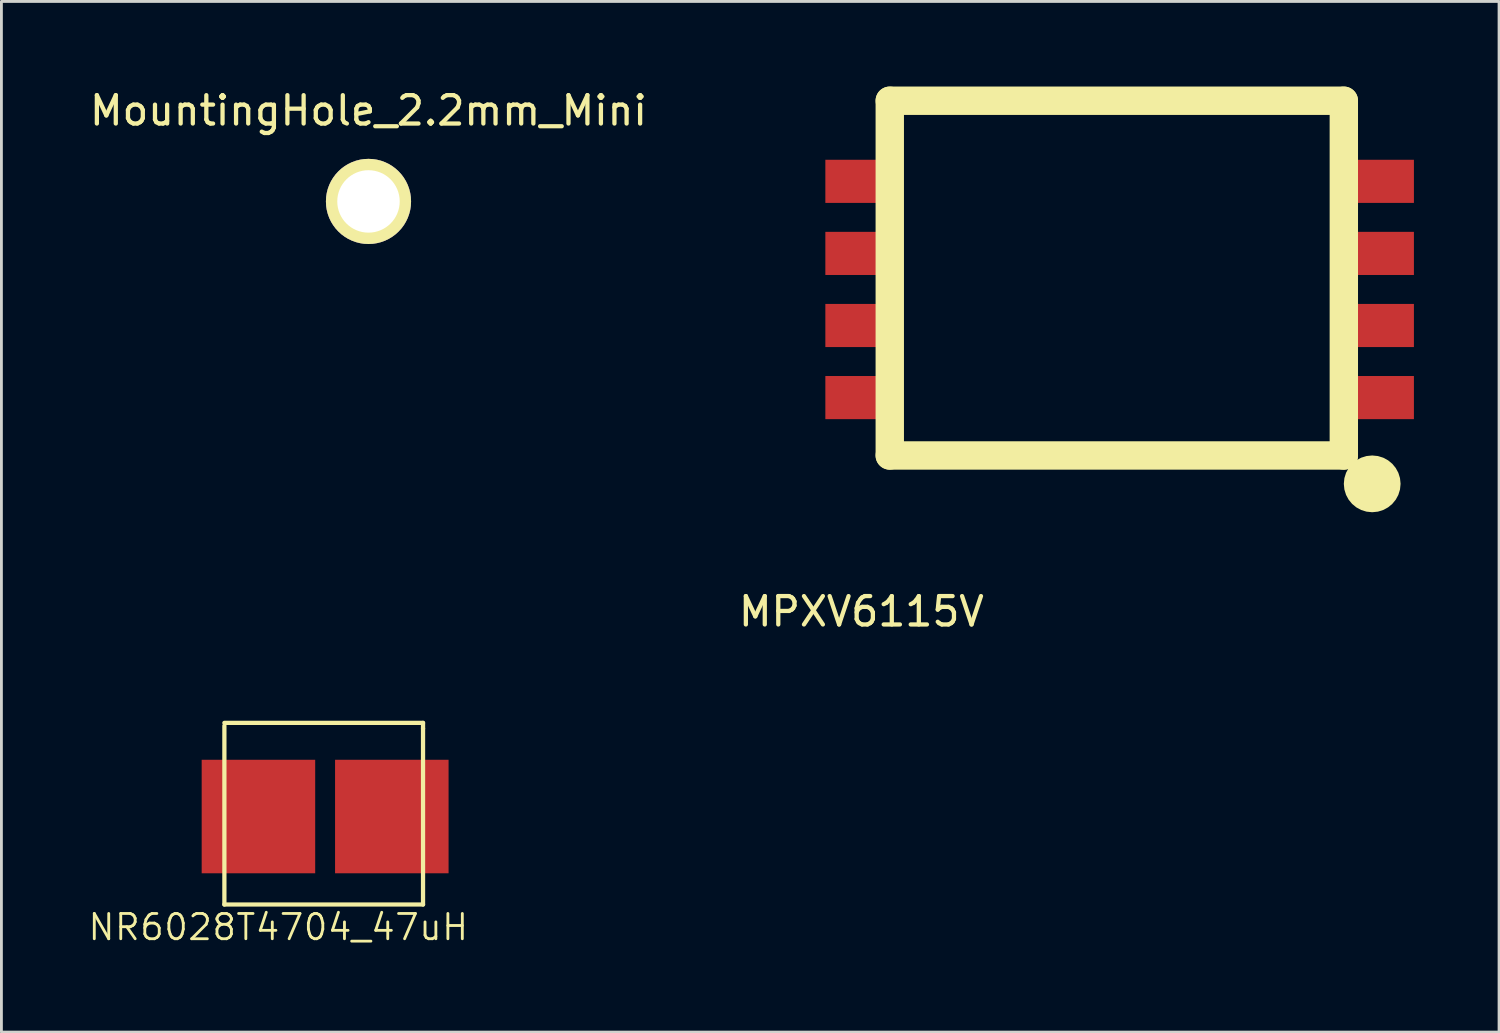
<source format=kicad_pcb>
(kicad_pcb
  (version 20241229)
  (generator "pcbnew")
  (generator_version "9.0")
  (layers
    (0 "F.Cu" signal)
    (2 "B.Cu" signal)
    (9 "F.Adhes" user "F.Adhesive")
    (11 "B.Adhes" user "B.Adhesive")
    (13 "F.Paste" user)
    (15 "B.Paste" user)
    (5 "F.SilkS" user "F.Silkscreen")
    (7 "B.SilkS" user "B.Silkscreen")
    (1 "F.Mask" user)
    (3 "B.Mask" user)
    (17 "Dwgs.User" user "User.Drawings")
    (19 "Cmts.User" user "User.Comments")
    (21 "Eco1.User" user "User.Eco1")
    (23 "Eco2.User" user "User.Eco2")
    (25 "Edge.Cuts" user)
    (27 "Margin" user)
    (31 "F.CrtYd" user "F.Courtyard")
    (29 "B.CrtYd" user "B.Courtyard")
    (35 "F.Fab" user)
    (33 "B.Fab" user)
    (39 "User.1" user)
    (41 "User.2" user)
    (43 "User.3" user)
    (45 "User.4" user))
  (footprint "MountingHole_2.2mm_Mini"
    (layer "F.Cu")
    (at 9.935 4.048)
    (property "Reference" "MountingHole_2.2mm_Mini" (at 0 -3.2 0) (layer "F.SilkS") (effects (font (size 1 1) (thickness 0.15))))
    (attr through_hole)
    (pad "1" thru_hole circle (at 0 0) (size 3 3) (drill 2.2) (layers "*.Cu" "*.Mask" "F.SilkS")))
  (footprint "MPXV6115V"
    (layer "F.Cu")
    (at 27.304 13.5)
    (property "Reference" "MPXV6115V" (at 0 5 0) (layer "F.SilkS") (effects (font (size 1 1) (thickness 0.15))))
    (attr through_hole)
    (fp_line (start 1 -13) (end 1 -0.5) (stroke (width 1) (type solid)) (layer "F.SilkS"))
    (fp_line (start 1 -0.5) (end 17 -0.5) (stroke (width 1) (type solid)) (layer "F.SilkS"))
    (fp_line (start 17 -13) (end 1 -13) (stroke (width 1) (type solid)) (layer "F.SilkS"))
    (fp_line (start 17 -0.5) (end 17 -13) (stroke (width 1) (type solid)) (layer "F.SilkS"))
    (fp_circle (center 18 0.5) (end 18.5 0.5) (stroke (width 1) (type solid)) (fill no) (layer "F.SilkS"))
    (pad "2" smd rect (at 18.2 -5.08) (size 2.54 1.52) (layers "F.Cu" "F.Mask" "F.Paste"))
    (pad "3" smd rect (at 18.2 -7.62) (size 2.54 1.52) (layers "F.Cu" "F.Mask" "F.Paste"))
    (pad "4" smd rect (at 18.2 -10.16) (size 2.54 1.52) (layers "F.Cu" "F.Mask" "F.Paste"))
    (pad "NC" smd rect (at 0 -10.16) (size 2.54 1.52) (layers "F.Cu" "F.Mask" "F.Paste"))
    (pad "NC" smd rect (at 0 -7.62) (size 2.54 1.52) (layers "F.Cu" "F.Mask" "F.Paste"))
    (pad "NC" smd rect (at 0 -5.08) (size 2.54 1.52) (layers "F.Cu" "F.Mask" "F.Paste"))
    (pad "NC" smd rect (at 0 -2.54) (size 2.54 1.52) (layers "F.Cu" "F.Mask" "F.Paste"))
    (pad "NC" smd rect (at 18.2 -2.54) (size 2.54 1.52) (layers "F.Cu" "F.Mask" "F.Paste")))
  (footprint "NR6028T4704_47uH"
    (layer "F.Cu")
    (at 6.057 25.723)
    (property "Reference" "NR6028T4704_47uH" (at 0.7 3.9 0) (layer "F.SilkS") (effects (font (size 0.89 0.89) (thickness 0.1))))
    (attr through_hole)
    (fp_line (start -1.2 -3.2) (end -1.2 3.1) (stroke (width 0.15) (type solid)) (layer "F.SilkS"))
    (fp_line (start -1.2 3.1) (end 5.8 3.1) (stroke (width 0.15) (type solid)) (layer "F.SilkS"))
    (fp_line (start 5.8 -3.3) (end -1.2 -3.3) (stroke (width 0.15) (type solid)) (layer "F.SilkS"))
    (fp_line (start 5.8 -3.1) (end 5.8 -3.3) (stroke (width 0.15) (type solid)) (layer "F.SilkS"))
    (fp_line (start 5.8 3.1) (end 5.8 -3.1) (stroke (width 0.15) (type solid)) (layer "F.SilkS"))
    (pad "P$1" smd rect (at 0 0) (size 4 4) (layers "F.Cu" "F.Mask" "F.Paste"))
    (pad "P$2" smd rect (at 4.7 0) (size 4 4) (layers "F.Cu" "F.Mask" "F.Paste")))
  (gr_rect
    (start -3 -3)
    (end 49.774 33.319)
    (stroke (width 0.1) (type default))
    (fill no)
    (layer "Edge.Cuts")))
</source>
